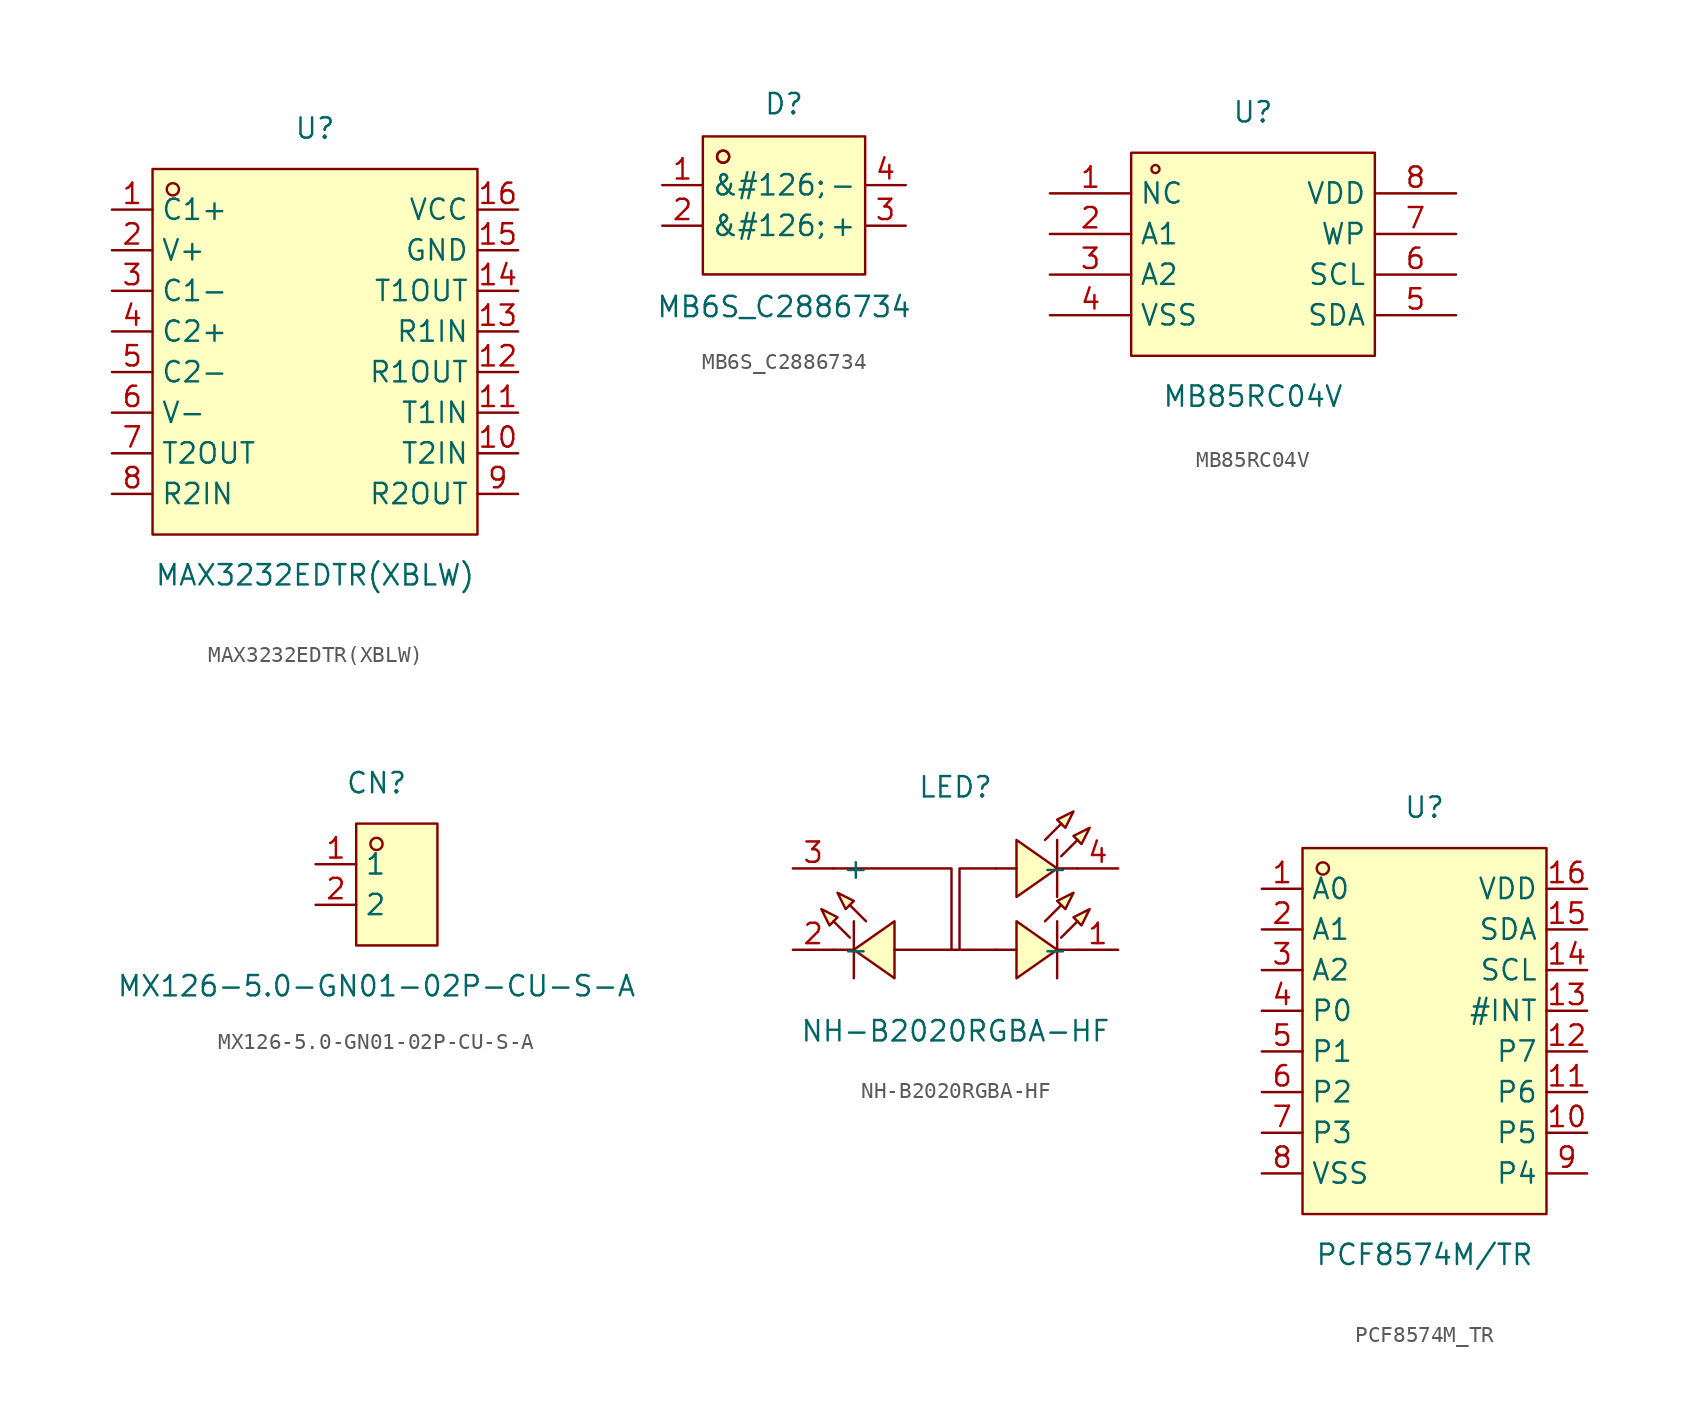
<source format=kicad_sym>
(kicad_symbol_lib
  (version 20211014)
  (generator https://github.com/uPesy/easyeda2kicad.py)
  (symbol "MAX3232EDTR(XBLW)"
    (property "Reference" "U"
      (at 0 13.97 0)
      (effects (font (size 1.27 1.27))))
    (property "Value" "MAX3232EDTR(XBLW)"
      (at 0 -13.97 0)
      (effects (font (size 1.27 1.27))))
    (symbol "MAX3232EDTR(XBLW)_0_1"
      (rectangle (start -10.16 11.43) (end 10.16 -11.43) (stroke (width 0) (type default) (color 0 0 0 0)) (fill (type background)))
      (circle (center -8.89 10.16) (radius 0.38) (stroke (width 0) (type default) (color 0 0 0 0)) (fill (type none)))
      (pin unspecified line (at -12.70 8.89 0) (length 2.54) (name "C1+" (effects (font (size 1.27 1.27)))) (number "1" (effects (font (size 1.27 1.27)))))
      (pin unspecified line (at -12.70 6.35 0) (length 2.54) (name "V+" (effects (font (size 1.27 1.27)))) (number "2" (effects (font (size 1.27 1.27)))))
      (pin unspecified line (at -12.70 3.81 0) (length 2.54) (name "C1-" (effects (font (size 1.27 1.27)))) (number "3" (effects (font (size 1.27 1.27)))))
      (pin unspecified line (at -12.70 1.27 0) (length 2.54) (name "C2+" (effects (font (size 1.27 1.27)))) (number "4" (effects (font (size 1.27 1.27)))))
      (pin unspecified line (at -12.70 -1.27 0) (length 2.54) (name "C2-" (effects (font (size 1.27 1.27)))) (number "5" (effects (font (size 1.27 1.27)))))
      (pin unspecified line (at -12.70 -3.81 0) (length 2.54) (name "V-" (effects (font (size 1.27 1.27)))) (number "6" (effects (font (size 1.27 1.27)))))
      (pin unspecified line (at -12.70 -6.35 0) (length 2.54) (name "T2OUT" (effects (font (size 1.27 1.27)))) (number "7" (effects (font (size 1.27 1.27)))))
      (pin unspecified line (at -12.70 -8.89 0) (length 2.54) (name "R2IN" (effects (font (size 1.27 1.27)))) (number "8" (effects (font (size 1.27 1.27)))))
      (pin unspecified line (at 12.70 -8.89 180) (length 2.54) (name "R2OUT" (effects (font (size 1.27 1.27)))) (number "9" (effects (font (size 1.27 1.27)))))
      (pin unspecified line (at 12.70 -6.35 180) (length 2.54) (name "T2IN" (effects (font (size 1.27 1.27)))) (number "10" (effects (font (size 1.27 1.27)))))
      (pin unspecified line (at 12.70 -3.81 180) (length 2.54) (name "T1IN" (effects (font (size 1.27 1.27)))) (number "11" (effects (font (size 1.27 1.27)))))
      (pin unspecified line (at 12.70 -1.27 180) (length 2.54) (name "R1OUT" (effects (font (size 1.27 1.27)))) (number "12" (effects (font (size 1.27 1.27)))))
      (pin unspecified line (at 12.70 1.27 180) (length 2.54) (name "R1IN" (effects (font (size 1.27 1.27)))) (number "13" (effects (font (size 1.27 1.27)))))
      (pin unspecified line (at 12.70 3.81 180) (length 2.54) (name "T1OUT" (effects (font (size 1.27 1.27)))) (number "14" (effects (font (size 1.27 1.27)))))
      (pin unspecified line (at 12.70 6.35 180) (length 2.54) (name "GND" (effects (font (size 1.27 1.27)))) (number "15" (effects (font (size 1.27 1.27)))))
      (pin unspecified line (at 12.70 8.89 180) (length 2.54) (name "VCC" (effects (font (size 1.27 1.27)))) (number "16" (effects (font (size 1.27 1.27)))))))
  (symbol "MB6S_C2886734"
    (property "Reference" "D"
      (at 0 7.62 0)
      (effects (font (size 1.27 1.27))))
    (property "Value" "MB6S_C2886734"
      (at 0 -5.08 0)
      (effects (font (size 1.27 1.27))))
    (symbol "MB6S_C2886734_0_1"
      (rectangle (start -5.08 5.59) (end 5.08 -3.05) (stroke (width 0) (type default) (color 0 0 0 0)) (fill (type background)))
      (circle (center -3.81 4.32) (radius 0.38) (stroke (width 0) (type default) (color 0 0 0 0)) (fill (type none)))
      (circle (center -3.81 4.32) (radius 0.38) (stroke (width 0) (type default) (color 0 0 0 0)) (fill (type none)))
      (pin unspecified line (at 7.62 2.54 180) (length 2.54) (name "-" (effects (font (size 1.27 1.27)))) (number "4" (effects (font (size 1.27 1.27)))))
      (pin unspecified line (at 7.62 -0.00 180) (length 2.54) (name "+" (effects (font (size 1.27 1.27)))) (number "3" (effects (font (size 1.27 1.27)))))
      (pin unspecified line (at -7.62 -0.00 0) (length 2.54) (name "&#126;" (effects (font (size 1.27 1.27)))) (number "2" (effects (font (size 1.27 1.27)))))
      (pin unspecified line (at -7.62 2.54 0) (length 2.54) (name "&#126;" (effects (font (size 1.27 1.27)))) (number "1" (effects (font (size 1.27 1.27)))))))
  (symbol "MB85RC04V"
    (property "Reference" "U"
      (at 0 8.89 0)
      (effects (font (size 1.27 1.27))))
    (property "Value" "MB85RC04V"
      (at 0 -8.89 0)
      (effects (font (size 1.27 1.27))))
    (symbol "MB85RC04V_0_1"
      (rectangle (start -7.62 6.35) (end 7.62 -6.35) (stroke (width 0) (type default) (color 0 0 0 0)) (fill (type background)))
      (circle (center -6.10 5.33) (radius 0.25) (stroke (width 0) (type default) (color 0 0 0 0)) (fill (type none)))
      (pin unspecified line (at -12.70 3.81 0) (length 5.08) (name "NC" (effects (font (size 1.27 1.27)))) (number "1" (effects (font (size 1.27 1.27)))))
      (pin unspecified line (at -12.70 1.27 0) (length 5.08) (name "A1" (effects (font (size 1.27 1.27)))) (number "2" (effects (font (size 1.27 1.27)))))
      (pin unspecified line (at -12.70 -1.27 0) (length 5.08) (name "A2" (effects (font (size 1.27 1.27)))) (number "3" (effects (font (size 1.27 1.27)))))
      (pin unspecified line (at -12.70 -3.81 0) (length 5.08) (name "VSS" (effects (font (size 1.27 1.27)))) (number "4" (effects (font (size 1.27 1.27)))))
      (pin unspecified line (at 12.70 -3.81 180) (length 5.08) (name "SDA" (effects (font (size 1.27 1.27)))) (number "5" (effects (font (size 1.27 1.27)))))
      (pin unspecified line (at 12.70 -1.27 180) (length 5.08) (name "SCL" (effects (font (size 1.27 1.27)))) (number "6" (effects (font (size 1.27 1.27)))))
      (pin unspecified line (at 12.70 1.27 180) (length 5.08) (name "WP" (effects (font (size 1.27 1.27)))) (number "7" (effects (font (size 1.27 1.27)))))
      (pin unspecified line (at 12.70 3.81 180) (length 5.08) (name "VDD" (effects (font (size 1.27 1.27)))) (number "8" (effects (font (size 1.27 1.27)))))))
  (symbol "MX126-5.0-GN01-02P-CU-S-A"
    (property "Reference" "CN"
      (at 0 6.35 0)
      (effects (font (size 1.27 1.27))))
    (property "Value" "MX126-5.0-GN01-02P-CU-S-A"
      (at 0 -6.35 0)
      (effects (font (size 1.27 1.27))))
    (symbol "MX126-5.0-GN01-02P-CU-S-A_0_1"
      (rectangle (start -1.27 3.81) (end 3.81 -3.81) (stroke (width 0) (type default) (color 0 0 0 0)) (fill (type background)))
      (circle (center 0.00 2.54) (radius 0.38) (stroke (width 0) (type default) (color 0 0 0 0)) (fill (type none)))
      (pin unspecified line (at -3.81 1.27 0) (length 2.54) (name "1" (effects (font (size 1.27 1.27)))) (number "1" (effects (font (size 1.27 1.27)))))
      (pin unspecified line (at -3.81 -1.27 0) (length 2.54) (name "2" (effects (font (size 1.27 1.27)))) (number "2" (effects (font (size 1.27 1.27)))))))
  (symbol "NH-B2020RGBA-HF"
    (property "Reference" "LED"
      (at 0 7.62 0)
      (effects (font (size 1.27 1.27))))
    (property "Value" "NH-B2020RGBA-HF"
      (at 0 -7.62 0)
      (effects (font (size 1.27 1.27))))
    (symbol "NH-B2020RGBA-HF_0_1"
      (polyline (pts (xy -8.38 -0.00) (xy -7.37 -0.51) (xy -7.87 -1.02) (xy -8.38 -0.00)) (stroke (width 0) (type default) (color 0 0 0 0)) (fill (type background)))
      (polyline (pts (xy -7.37 1.02) (xy -6.35 0.51) (xy -6.86 -0.00) (xy -7.37 1.02)) (stroke (width 0) (type default) (color 0 0 0 0)) (fill (type background)))
      (polyline (pts (xy -3.81 -0.76) (xy -6.35 -2.54) (xy -3.81 -4.32) (xy -3.81 -0.76)) (stroke (width 0) (type default) (color 0 0 0 0)) (fill (type background)))
      (polyline (pts (xy 3.81 -0.76) (xy 6.35 -2.54) (xy 3.81 -4.32) (xy 3.81 -0.76)) (stroke (width 0) (type default) (color 0 0 0 0)) (fill (type background)))
      (polyline (pts (xy 7.37 1.02) (xy 6.35 0.51) (xy 6.86 -0.00) (xy 7.37 1.02)) (stroke (width 0) (type default) (color 0 0 0 0)) (fill (type background)))
      (polyline (pts (xy 8.38 -0.00) (xy 7.37 -0.51) (xy 7.87 -1.02) (xy 8.38 -0.00)) (stroke (width 0) (type default) (color 0 0 0 0)) (fill (type background)))
      (polyline (pts (xy 8.38 5.08) (xy 7.37 4.57) (xy 7.87 4.06) (xy 8.38 5.08)) (stroke (width 0) (type default) (color 0 0 0 0)) (fill (type background)))
      (polyline (pts (xy 7.37 6.10) (xy 6.35 5.59) (xy 6.86 5.08) (xy 7.37 6.10)) (stroke (width 0) (type default) (color 0 0 0 0)) (fill (type background)))
      (polyline (pts (xy 3.81 4.32) (xy 6.35 2.54) (xy 3.81 0.76) (xy 3.81 4.32)) (stroke (width 0) (type default) (color 0 0 0 0)) (fill (type background)))
      (polyline (pts (xy -6.60 -1.78) (xy -7.62 -0.76) (xy -6.60 -1.78)) (stroke (width 0) (type default) (color 0 0 0 0)) (fill (type background)))
      (polyline (pts (xy -5.59 -0.76) (xy -6.60 0.25) (xy -5.59 -0.76)) (stroke (width 0) (type default) (color 0 0 0 0)) (fill (type background)))
      (polyline (pts (xy -6.35 -2.54) (xy -7.62 -2.54)) (stroke (width 0) (type default) (color 0 0 0 0)) (fill (type none)))
      (polyline (pts (xy 2.54 -2.54) (xy -3.81 -2.54)) (stroke (width 0) (type default) (color 0 0 0 0)) (fill (type none)))
      (polyline (pts (xy -6.35 -0.76) (xy -6.35 -4.32)) (stroke (width 0) (type default) (color 0 0 0 0)) (fill (type none)))
      (polyline (pts (xy 6.35 -0.76) (xy 6.35 -4.32)) (stroke (width 0) (type default) (color 0 0 0 0)) (fill (type none)))
      (polyline (pts (xy 2.54 -2.54) (xy 3.81 -2.54)) (stroke (width 0) (type default) (color 0 0 0 0)) (fill (type none)))
      (polyline (pts (xy 6.35 -2.54) (xy 7.62 -2.54)) (stroke (width 0) (type default) (color 0 0 0 0)) (fill (type none)))
      (polyline (pts (xy 5.59 -0.76) (xy 6.60 0.25) (xy 5.59 -0.76)) (stroke (width 0) (type default) (color 0 0 0 0)) (fill (type background)))
      (polyline (pts (xy 6.60 -1.78) (xy 7.62 -0.76) (xy 6.60 -1.78)) (stroke (width 0) (type default) (color 0 0 0 0)) (fill (type background)))
      (polyline (pts (xy 6.60 3.30) (xy 7.62 4.32) (xy 6.60 3.30)) (stroke (width 0) (type default) (color 0 0 0 0)) (fill (type background)))
      (polyline (pts (xy 5.59 4.32) (xy 6.60 5.33) (xy 5.59 4.32)) (stroke (width 0) (type default) (color 0 0 0 0)) (fill (type background)))
      (polyline (pts (xy 6.35 2.54) (xy 7.62 2.54)) (stroke (width 0) (type default) (color 0 0 0 0)) (fill (type none)))
      (polyline (pts (xy 2.54 2.54) (xy 3.81 2.54)) (stroke (width 0) (type default) (color 0 0 0 0)) (fill (type none)))
      (polyline (pts (xy 6.35 4.32) (xy 6.35 0.76)) (stroke (width 0) (type default) (color 0 0 0 0)) (fill (type none)))
      (polyline (pts (xy 0.25 -2.54) (xy 0.25 2.54) (xy 2.54 2.54)) (stroke (width 0) (type default) (color 0 0 0 0)) (fill (type none)))
      (polyline (pts (xy -0.25 -2.54) (xy -0.25 2.54) (xy -7.62 2.54)) (stroke (width 0) (type default) (color 0 0 0 0)) (fill (type none)))
      (pin unspecified line (at 10.16 -2.54 180) (length 2.54) (name "-" (effects (font (size 1.27 1.27)))) (number "1" (effects (font (size 1.27 1.27)))))
      (pin unspecified line (at -10.16 -2.54 0) (length 2.54) (name "-" (effects (font (size 1.27 1.27)))) (number "2" (effects (font (size 1.27 1.27)))))
      (pin unspecified line (at -10.16 2.54 0) (length 2.54) (name "+" (effects (font (size 1.27 1.27)))) (number "3" (effects (font (size 1.27 1.27)))))
      (pin unspecified line (at 10.16 2.54 180) (length 2.54) (name "-" (effects (font (size 1.27 1.27)))) (number "4" (effects (font (size 1.27 1.27)))))))
  (symbol "PCF8574M_TR"
    (property "Reference" "U"
      (at 0 13.97 0)
      (effects (font (size 1.27 1.27))))
    (property "Value" "PCF8574M/TR"
      (at 0 -13.97 0)
      (effects (font (size 1.27 1.27))))
    (symbol "PCF8574M_TR_0_1"
      (rectangle (start -7.62 11.43) (end 7.62 -11.43) (stroke (width 0) (type default) (color 0 0 0 0)) (fill (type background)))
      (circle (center -6.35 10.16) (radius 0.38) (stroke (width 0) (type default) (color 0 0 0 0)) (fill (type none)))
      (pin unspecified line (at -10.16 8.89 0) (length 2.54) (name "A0" (effects (font (size 1.27 1.27)))) (number "1" (effects (font (size 1.27 1.27)))))
      (pin unspecified line (at -10.16 6.35 0) (length 2.54) (name "A1" (effects (font (size 1.27 1.27)))) (number "2" (effects (font (size 1.27 1.27)))))
      (pin unspecified line (at -10.16 3.81 0) (length 2.54) (name "A2" (effects (font (size 1.27 1.27)))) (number "3" (effects (font (size 1.27 1.27)))))
      (pin unspecified line (at -10.16 1.27 0) (length 2.54) (name "P0" (effects (font (size 1.27 1.27)))) (number "4" (effects (font (size 1.27 1.27)))))
      (pin unspecified line (at -10.16 -1.27 0) (length 2.54) (name "P1" (effects (font (size 1.27 1.27)))) (number "5" (effects (font (size 1.27 1.27)))))
      (pin unspecified line (at -10.16 -3.81 0) (length 2.54) (name "P2" (effects (font (size 1.27 1.27)))) (number "6" (effects (font (size 1.27 1.27)))))
      (pin unspecified line (at -10.16 -6.35 0) (length 2.54) (name "P3" (effects (font (size 1.27 1.27)))) (number "7" (effects (font (size 1.27 1.27)))))
      (pin unspecified line (at -10.16 -8.89 0) (length 2.54) (name "VSS" (effects (font (size 1.27 1.27)))) (number "8" (effects (font (size 1.27 1.27)))))
      (pin unspecified line (at 10.16 -8.89 180) (length 2.54) (name "P4" (effects (font (size 1.27 1.27)))) (number "9" (effects (font (size 1.27 1.27)))))
      (pin unspecified line (at 10.16 -6.35 180) (length 2.54) (name "P5" (effects (font (size 1.27 1.27)))) (number "10" (effects (font (size 1.27 1.27)))))
      (pin unspecified line (at 10.16 -3.81 180) (length 2.54) (name "P6" (effects (font (size 1.27 1.27)))) (number "11" (effects (font (size 1.27 1.27)))))
      (pin unspecified line (at 10.16 -1.27 180) (length 2.54) (name "P7" (effects (font (size 1.27 1.27)))) (number "12" (effects (font (size 1.27 1.27)))))
      (pin unspecified line (at 10.16 1.27 180) (length 2.54) (name "#INT" (effects (font (size 1.27 1.27)))) (number "13" (effects (font (size 1.27 1.27)))))
      (pin unspecified line (at 10.16 3.81 180) (length 2.54) (name "SCL" (effects (font (size 1.27 1.27)))) (number "14" (effects (font (size 1.27 1.27)))))
      (pin unspecified line (at 10.16 6.35 180) (length 2.54) (name "SDA" (effects (font (size 1.27 1.27)))) (number "15" (effects (font (size 1.27 1.27)))))
      (pin unspecified line (at 10.16 8.89 180) (length 2.54) (name "VDD" (effects (font (size 1.27 1.27)))) (number "16" (effects (font (size 1.27 1.27))))))))
</source>
